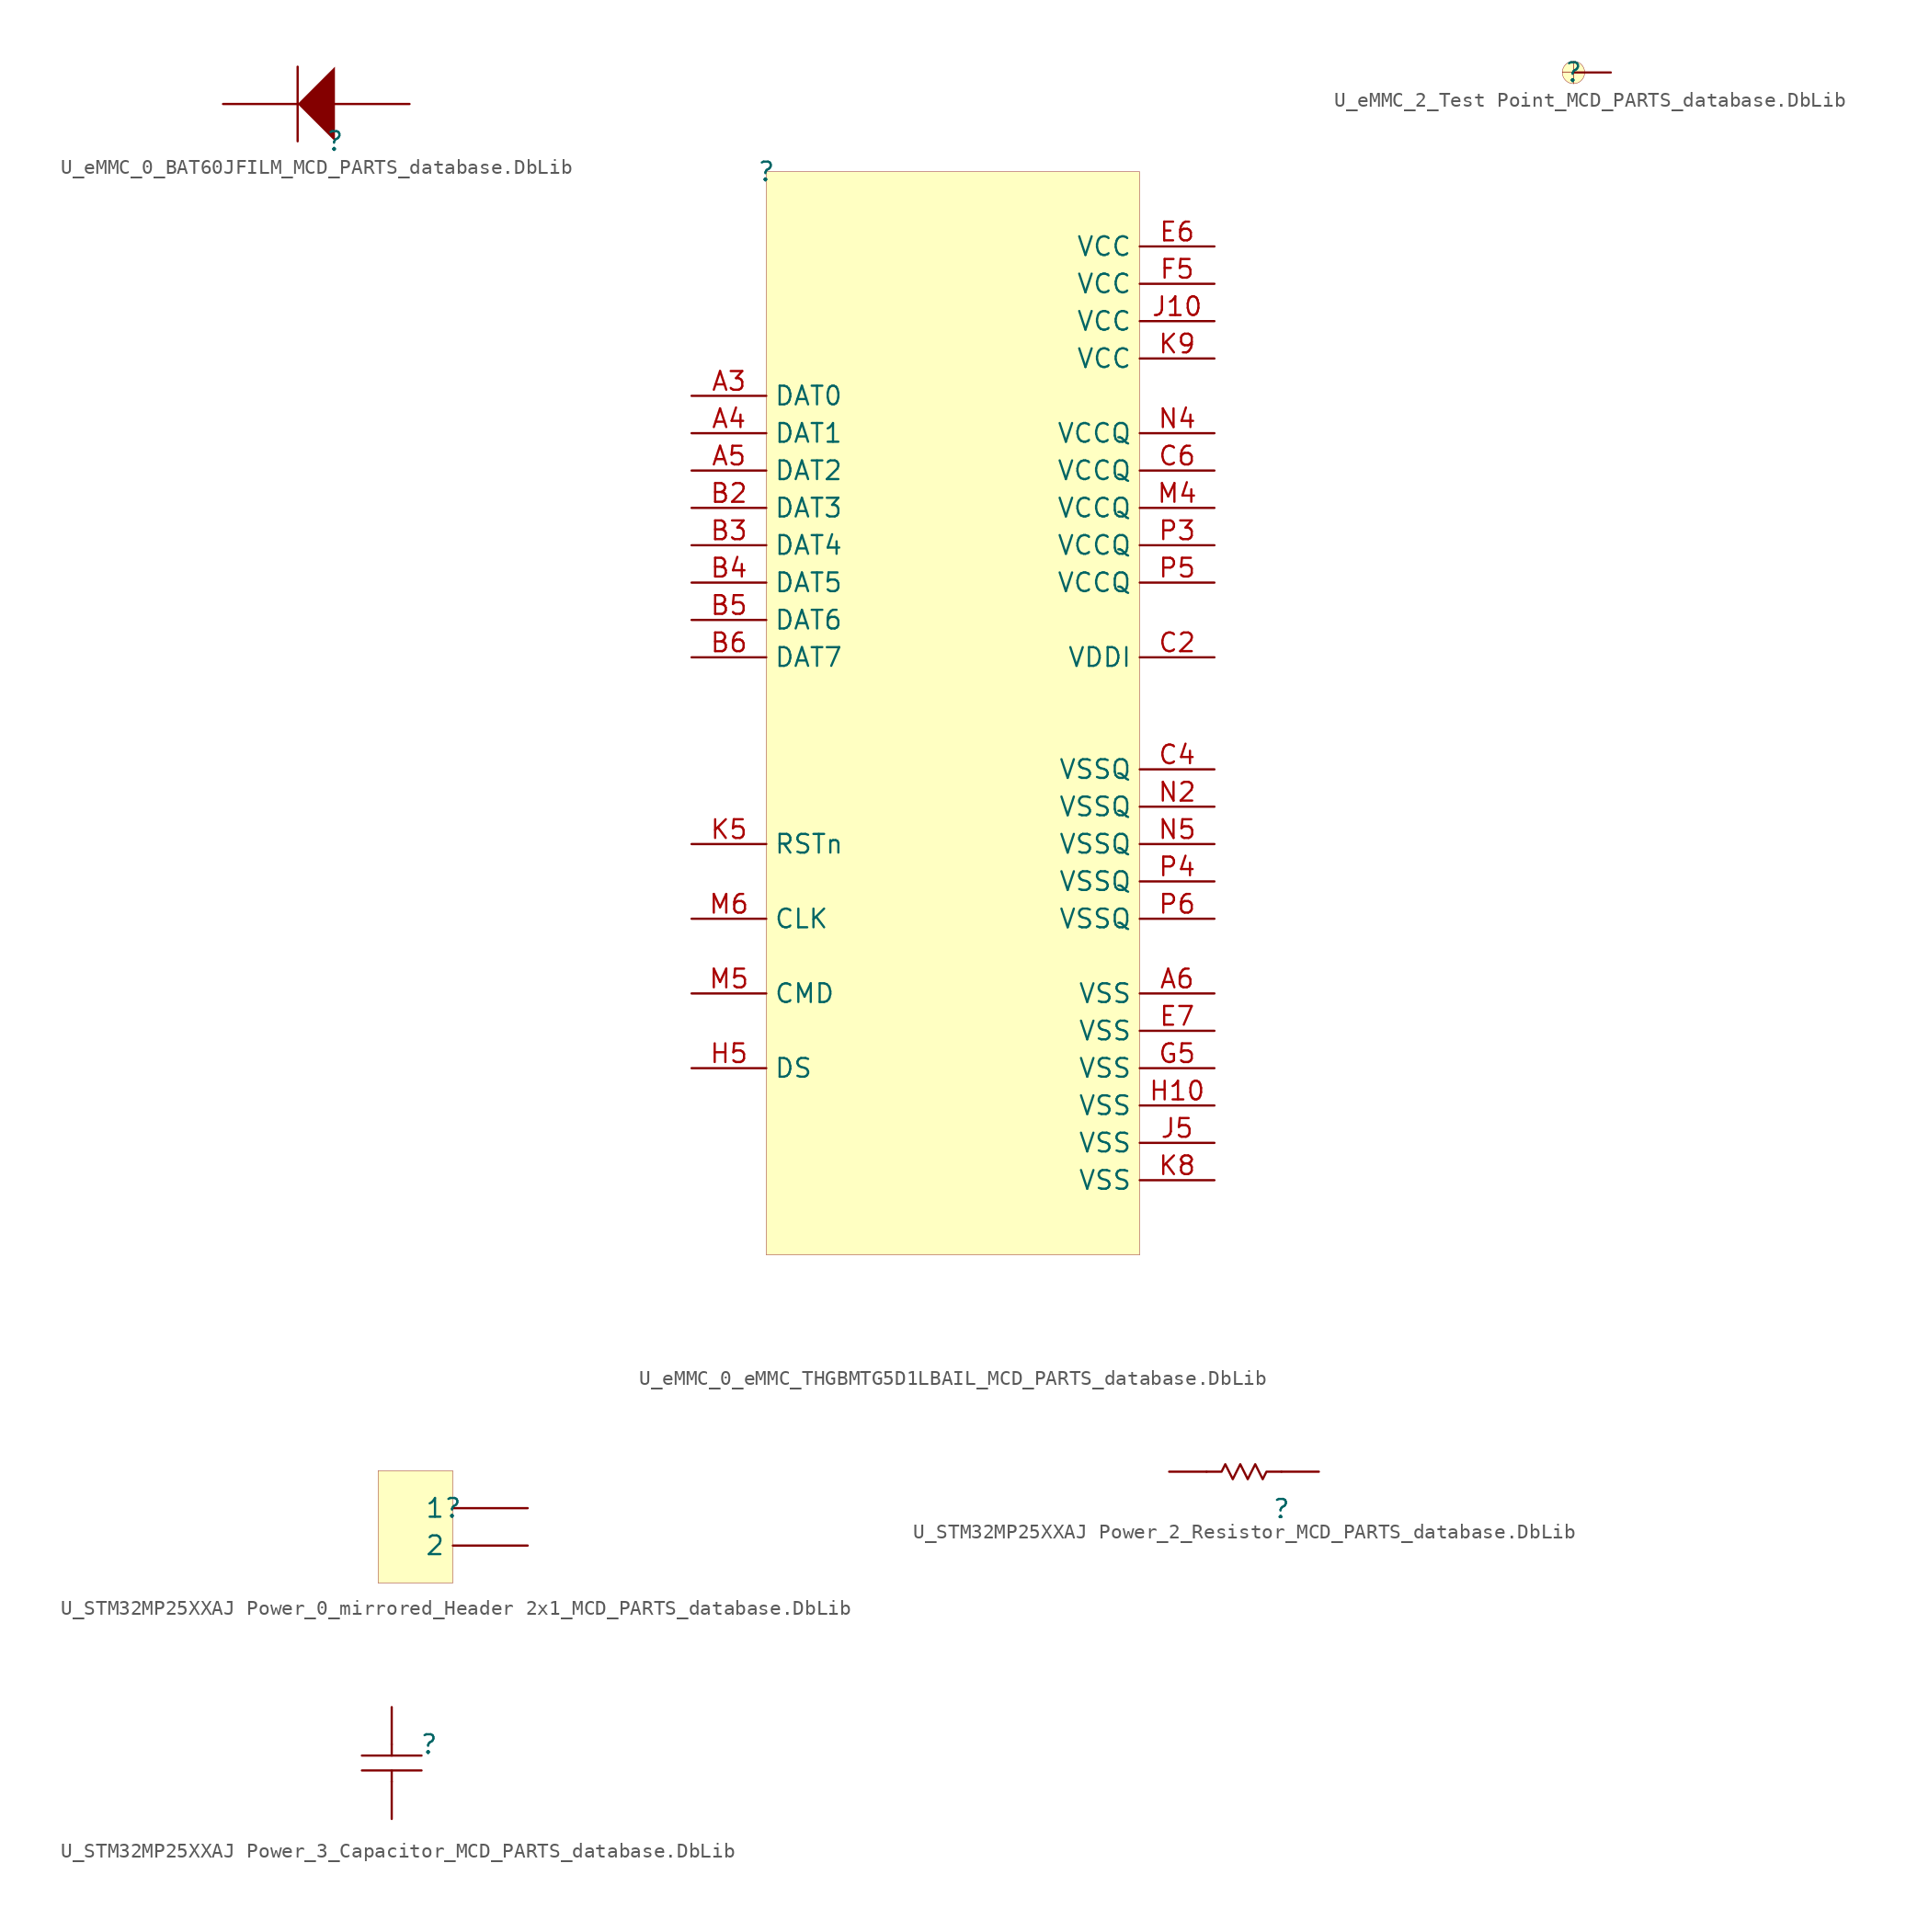
<source format=kicad_sym>
(kicad_symbol_lib
  (version 20241209)
  (generator "kicad_symbol_editor")
  (generator_version "9.0")
  (symbol "U_eMMC_0_BAT60JFILM_MCD_PARTS_database.DbLib"
    (pin_numbers
      (hide yes))
    (pin_names
      (hide yes))
    (property "Reference" ""
      (at 0 0 0)
      (effects (font (size 1.27 1.27))))
    (property "Value" ""
      (at 0 0 0)
      (effects (font (size 1.27 1.27))))
    (symbol "U_eMMC_0_BAT60JFILM_MCD_PARTS_database.DbLib_1_0"
      (polyline (pts (xy -2.54 0) (xy -2.54 5.08)) (stroke (width 0) (type solid)) (fill (type none)))
      (polyline (pts (xy 0 5.08) (xy -2.54 2.54) (xy 0 0) (xy 0 5.08)) (stroke (width -0.0001) (type solid)) (fill (type outline)))
      (pin passive line (at -7.62 2.54 0) (length 5.08) (name "K" (effects (font (size 1.27 1.27)))) (number "2" (effects (font (size 1.27 1.27)))))
      (pin passive line (at 5.08 2.54 180) (length 5.08) (name "A" (effects (font (size 1.27 1.27)))) (number "1" (effects (font (size 1.27 1.27)))))))
  (symbol "U_eMMC_0_eMMC_THGBMTG5D1LBAIL_MCD_PARTS_database.DbLib"
    (property "Reference" ""
      (at 0 0 0)
      (effects (font (size 1.27 1.27))))
    (property "Value" ""
      (at 0 0 0)
      (effects (font (size 1.27 1.27))))
    (symbol "U_eMMC_0_eMMC_THGBMTG5D1LBAIL_MCD_PARTS_database.DbLib_1_0"
      (rectangle (start 25.4 0) (end 0 -73.66) (stroke (width 0.025) (type solid) (color 128 0 0 1)) (fill (type background)))
      (pin passive line (at -5.08 -15.24 0) (length 5.08) (name "DAT0" (effects (font (size 1.27 1.27)))) (number "A3" (effects (font (size 1.27 1.27)))))
      (pin passive line (at -5.08 -17.78 0) (length 5.08) (name "DAT1" (effects (font (size 1.27 1.27)))) (number "A4" (effects (font (size 1.27 1.27)))))
      (pin passive line (at -5.08 -20.32 0) (length 5.08) (name "DAT2" (effects (font (size 1.27 1.27)))) (number "A5" (effects (font (size 1.27 1.27)))))
      (pin passive line (at -5.08 -22.86 0) (length 5.08) (name "DAT3" (effects (font (size 1.27 1.27)))) (number "B2" (effects (font (size 1.27 1.27)))))
      (pin passive line (at -5.08 -25.4 0) (length 5.08) (name "DAT4" (effects (font (size 1.27 1.27)))) (number "B3" (effects (font (size 1.27 1.27)))))
      (pin passive line (at -5.08 -27.94 0) (length 5.08) (name "DAT5" (effects (font (size 1.27 1.27)))) (number "B4" (effects (font (size 1.27 1.27)))))
      (pin passive line (at -5.08 -30.48 0) (length 5.08) (name "DAT6" (effects (font (size 1.27 1.27)))) (number "B5" (effects (font (size 1.27 1.27)))))
      (pin passive line (at -5.08 -33.02 0) (length 5.08) (name "DAT7" (effects (font (size 1.27 1.27)))) (number "B6" (effects (font (size 1.27 1.27)))))
      (pin input line (at -5.08 -45.72 0) (length 5.08) (name "RSTn" (effects (font (size 1.27 1.27)))) (number "K5" (effects (font (size 1.27 1.27)))))
      (pin input line (at -5.08 -50.8 0) (length 5.08) (name "CLK" (effects (font (size 1.27 1.27)))) (number "M6" (effects (font (size 1.27 1.27)))))
      (pin passive line (at -5.08 -55.88 0) (length 5.08) (name "CMD" (effects (font (size 1.27 1.27)))) (number "M5" (effects (font (size 1.27 1.27)))))
      (pin output line (at -5.08 -60.96 0) (length 5.08) (name "DS" (effects (font (size 1.27 1.27)))) (number "H5" (effects (font (size 1.27 1.27)))))
      (pin passive line (at 30.48 -5.08 180) (length 5.08) (name "VCC" (effects (font (size 1.27 1.27)))) (number "E6" (effects (font (size 1.27 1.27)))))
      (pin passive line (at 30.48 -7.62 180) (length 5.08) (name "VCC" (effects (font (size 1.27 1.27)))) (number "F5" (effects (font (size 1.27 1.27)))))
      (pin passive line (at 30.48 -10.16 180) (length 5.08) (name "VCC" (effects (font (size 1.27 1.27)))) (number "J10" (effects (font (size 1.27 1.27)))))
      (pin passive line (at 30.48 -12.7 180) (length 5.08) (name "VCC" (effects (font (size 1.27 1.27)))) (number "K9" (effects (font (size 1.27 1.27)))))
      (pin passive line (at 30.48 -17.78 180) (length 5.08) (name "VCCQ" (effects (font (size 1.27 1.27)))) (number "N4" (effects (font (size 1.27 1.27)))))
      (pin passive line (at 30.48 -20.32 180) (length 5.08) (name "VCCQ" (effects (font (size 1.27 1.27)))) (number "C6" (effects (font (size 1.27 1.27)))))
      (pin passive line (at 30.48 -22.86 180) (length 5.08) (name "VCCQ" (effects (font (size 1.27 1.27)))) (number "M4" (effects (font (size 1.27 1.27)))))
      (pin passive line (at 30.48 -25.4 180) (length 5.08) (name "VCCQ" (effects (font (size 1.27 1.27)))) (number "P3" (effects (font (size 1.27 1.27)))))
      (pin passive line (at 30.48 -27.94 180) (length 5.08) (name "VCCQ" (effects (font (size 1.27 1.27)))) (number "P5" (effects (font (size 1.27 1.27)))))
      (pin passive line (at 30.48 -33.02 180) (length 5.08) (name "VDDI" (effects (font (size 1.27 1.27)))) (number "C2" (effects (font (size 1.27 1.27)))))
      (pin passive line (at 30.48 -40.64 180) (length 5.08) (name "VSSQ" (effects (font (size 1.27 1.27)))) (number "C4" (effects (font (size 1.27 1.27)))))
      (pin passive line (at 30.48 -43.18 180) (length 5.08) (name "VSSQ" (effects (font (size 1.27 1.27)))) (number "N2" (effects (font (size 1.27 1.27)))))
      (pin passive line (at 30.48 -45.72 180) (length 5.08) (name "VSSQ" (effects (font (size 1.27 1.27)))) (number "N5" (effects (font (size 1.27 1.27)))))
      (pin passive line (at 30.48 -48.26 180) (length 5.08) (name "VSSQ" (effects (font (size 1.27 1.27)))) (number "P4" (effects (font (size 1.27 1.27)))))
      (pin passive line (at 30.48 -50.8 180) (length 5.08) (name "VSSQ" (effects (font (size 1.27 1.27)))) (number "P6" (effects (font (size 1.27 1.27)))))
      (pin passive line (at 30.48 -55.88 180) (length 5.08) (name "VSS" (effects (font (size 1.27 1.27)))) (number "A6" (effects (font (size 1.27 1.27)))))
      (pin passive line (at 30.48 -58.42 180) (length 5.08) (name "VSS" (effects (font (size 1.27 1.27)))) (number "E7" (effects (font (size 1.27 1.27)))))
      (pin passive line (at 30.48 -60.96 180) (length 5.08) (name "VSS" (effects (font (size 1.27 1.27)))) (number "G5" (effects (font (size 1.27 1.27)))))
      (pin passive line (at 30.48 -63.5 180) (length 5.08) (name "VSS" (effects (font (size 1.27 1.27)))) (number "H10" (effects (font (size 1.27 1.27)))))
      (pin passive line (at 30.48 -66.04 180) (length 5.08) (name "VSS" (effects (font (size 1.27 1.27)))) (number "J5" (effects (font (size 1.27 1.27)))))
      (pin passive line (at 30.48 -68.58 180) (length 5.08) (name "VSS" (effects (font (size 1.27 1.27)))) (number "K8" (effects (font (size 1.27 1.27)))))))
  (symbol "U_eMMC_2_Test Point_MCD_PARTS_database.DbLib"
    (pin_numbers
      (hide yes))
    (pin_names
      (hide yes))
    (property "Reference" ""
      (at 0 0 0)
      (effects (font (size 1.27 1.27))))
    (property "Value" ""
      (at 0 0 0)
      (effects (font (size 1.27 1.27))))
    (symbol "U_eMMC_2_Test Point_MCD_PARTS_database.DbLib_1_0"
      (bezier (pts (xy -0.762 0) (xy -0.762 0) (xy -0.421 0) (xy 0 0)) (stroke (width 0.025) (type solid)) (fill (type background)))
      (bezier (pts (xy 0 0.762) (xy 0 0.762) (xy 0 0.421) (xy 0 0)) (stroke (width 0.025) (type solid)) (fill (type background)))
      (bezier (pts (xy 0 0) (xy -0.421 0) (xy -0.762 0) (xy -0.762 0)) (stroke (width 0.025) (type solid)) (fill (type background)))
      (bezier (pts (xy 0 0) (xy 0 0.421) (xy 0 0.762) (xy 0 0.762)) (stroke (width 0.025) (type solid)) (fill (type background)))
      (polyline (pts (xy 0 0) (xy 0 0.762) (xy 0 0) (xy 0 -0.762) (xy 0 0)) (stroke (width -0.0001) (type default)) (fill (type background)))
      (bezier (pts (xy 0 0) (xy 0 -0.421) (xy 0 -0.762) (xy 0 -0.762)) (stroke (width 0.025) (type solid)) (fill (type background)))
      (circle (center 0 0) (radius 0.762) (stroke (width 0.025) (type solid)) (fill (type background)))
      (bezier (pts (xy 0 0) (xy 0.421 0) (xy 0.762 0) (xy 0.762 0)) (stroke (width 0.025) (type solid)) (fill (type background)))
      (bezier (pts (xy 0 -0.762) (xy 0 -0.762) (xy 0 -0.421) (xy 0 0)) (stroke (width 0.025) (type solid)) (fill (type background)))
      (polyline (pts (xy 0.762 0) (xy 0 0) (xy -0.762 0) (xy 0 0) (xy 0.762 0)) (stroke (width -0.0001) (type default)) (fill (type background)))
      (bezier (pts (xy 0.762 0) (xy 0.762 0) (xy 0.421 0) (xy 0 0)) (stroke (width 0.025) (type solid)) (fill (type background)))
      (pin passive line (at 2.54 0 180) (length 2.54) (name "1" (effects (font (size 1.27 1.27)))) (number "1" (effects (font (size 1.27 1.27)))))))
  (symbol "U_STM32MP25XXAJ Power_0_mirrored_Header 2x1_MCD_PARTS_database.DbLib"
    (pin_numbers
      (hide yes))
    (property "Reference" ""
      (at 0 0 0)
      (effects (font (size 1.27 1.27))))
    (property "Value" ""
      (at 0 0 0)
      (effects (font (size 1.27 1.27))))
    (symbol "U_STM32MP25XXAJ Power_0_mirrored_Header 2x1_MCD_PARTS_database.DbLib_1_0"
      (rectangle (start 0 2.54) (end -5.08 -5.08) (stroke (width 0.025) (type solid) (color 128 0 0 1)) (fill (type background)))
      (pin passive line (at 5.08 0 180) (length 5.08) (name "1" (effects (font (size 1.27 1.27)))) (number "1" (effects (font (size 1.27 1.27)))))
      (pin passive line (at 5.08 -2.54 180) (length 5.08) (name "2" (effects (font (size 1.27 1.27)))) (number "2" (effects (font (size 1.27 1.27)))))))
  (symbol "U_STM32MP25XXAJ Power_2_Resistor_MCD_PARTS_database.DbLib"
    (pin_numbers
      (hide yes))
    (pin_names
      (hide yes))
    (property "Reference" ""
      (at 0 0 0)
      (effects (font (size 1.27 1.27))))
    (property "Value" ""
      (at 0 0 0)
      (effects (font (size 1.27 1.27))))
    (symbol "U_STM32MP25XXAJ Power_2_Resistor_MCD_PARTS_database.DbLib_1_0"
      (polyline (pts (xy -5.08 2.54) (xy -4.064 2.54) (xy -3.81 3.048) (xy -3.302 2.032) (xy -2.794 3.048) (xy -2.286 2.032) (xy -1.778 3.048) (xy -1.27 2.032) (xy -1.016 2.54) (xy 0 2.54)) (stroke (width 0) (type solid)) (fill (type none)))
      (pin passive line (at -7.62 2.54 0) (length 2.54) (name "2" (effects (font (size 1.27 1.27)))) (number "2" (effects (font (size 1.27 1.27)))))
      (pin passive line (at 2.54 2.54 180) (length 2.54) (name "1" (effects (font (size 1.27 1.27)))) (number "1" (effects (font (size 1.27 1.27)))))))
  (symbol "U_STM32MP25XXAJ Power_3_Capacitor_MCD_PARTS_database.DbLib"
    (pin_numbers
      (hide yes))
    (pin_names
      (hide yes))
    (property "Reference" ""
      (at 0 0 0)
      (effects (font (size 1.27 1.27))))
    (property "Value" ""
      (at 0 0 0)
      (effects (font (size 1.27 1.27))))
    (symbol "U_STM32MP25XXAJ Power_3_Capacitor_MCD_PARTS_database.DbLib_1_0"
      (polyline (pts (xy -4.572 -0.762) (xy -0.508 -0.762)) (stroke (width 0) (type solid)) (fill (type none)))
      (polyline (pts (xy -2.54 0) (xy -2.54 -0.762)) (stroke (width 0) (type solid)) (fill (type none)))
      (polyline (pts (xy -2.54 -2.54) (xy -2.54 -1.778)) (stroke (width 0) (type solid)) (fill (type none)))
      (polyline (pts (xy -0.508 -1.778) (xy -4.572 -1.778)) (stroke (width 0) (type solid)) (fill (type none)))
      (pin passive line (at -2.54 2.54 270) (length 2.54) (name "1" (effects (font (size 1.27 1.27)))) (number "1" (effects (font (size 1.27 1.27)))))
      (pin passive line (at -2.54 -5.08 90) (length 2.54) (name "2" (effects (font (size 1.27 1.27)))) (number "2" (effects (font (size 1.27 1.27))))))))
</source>
